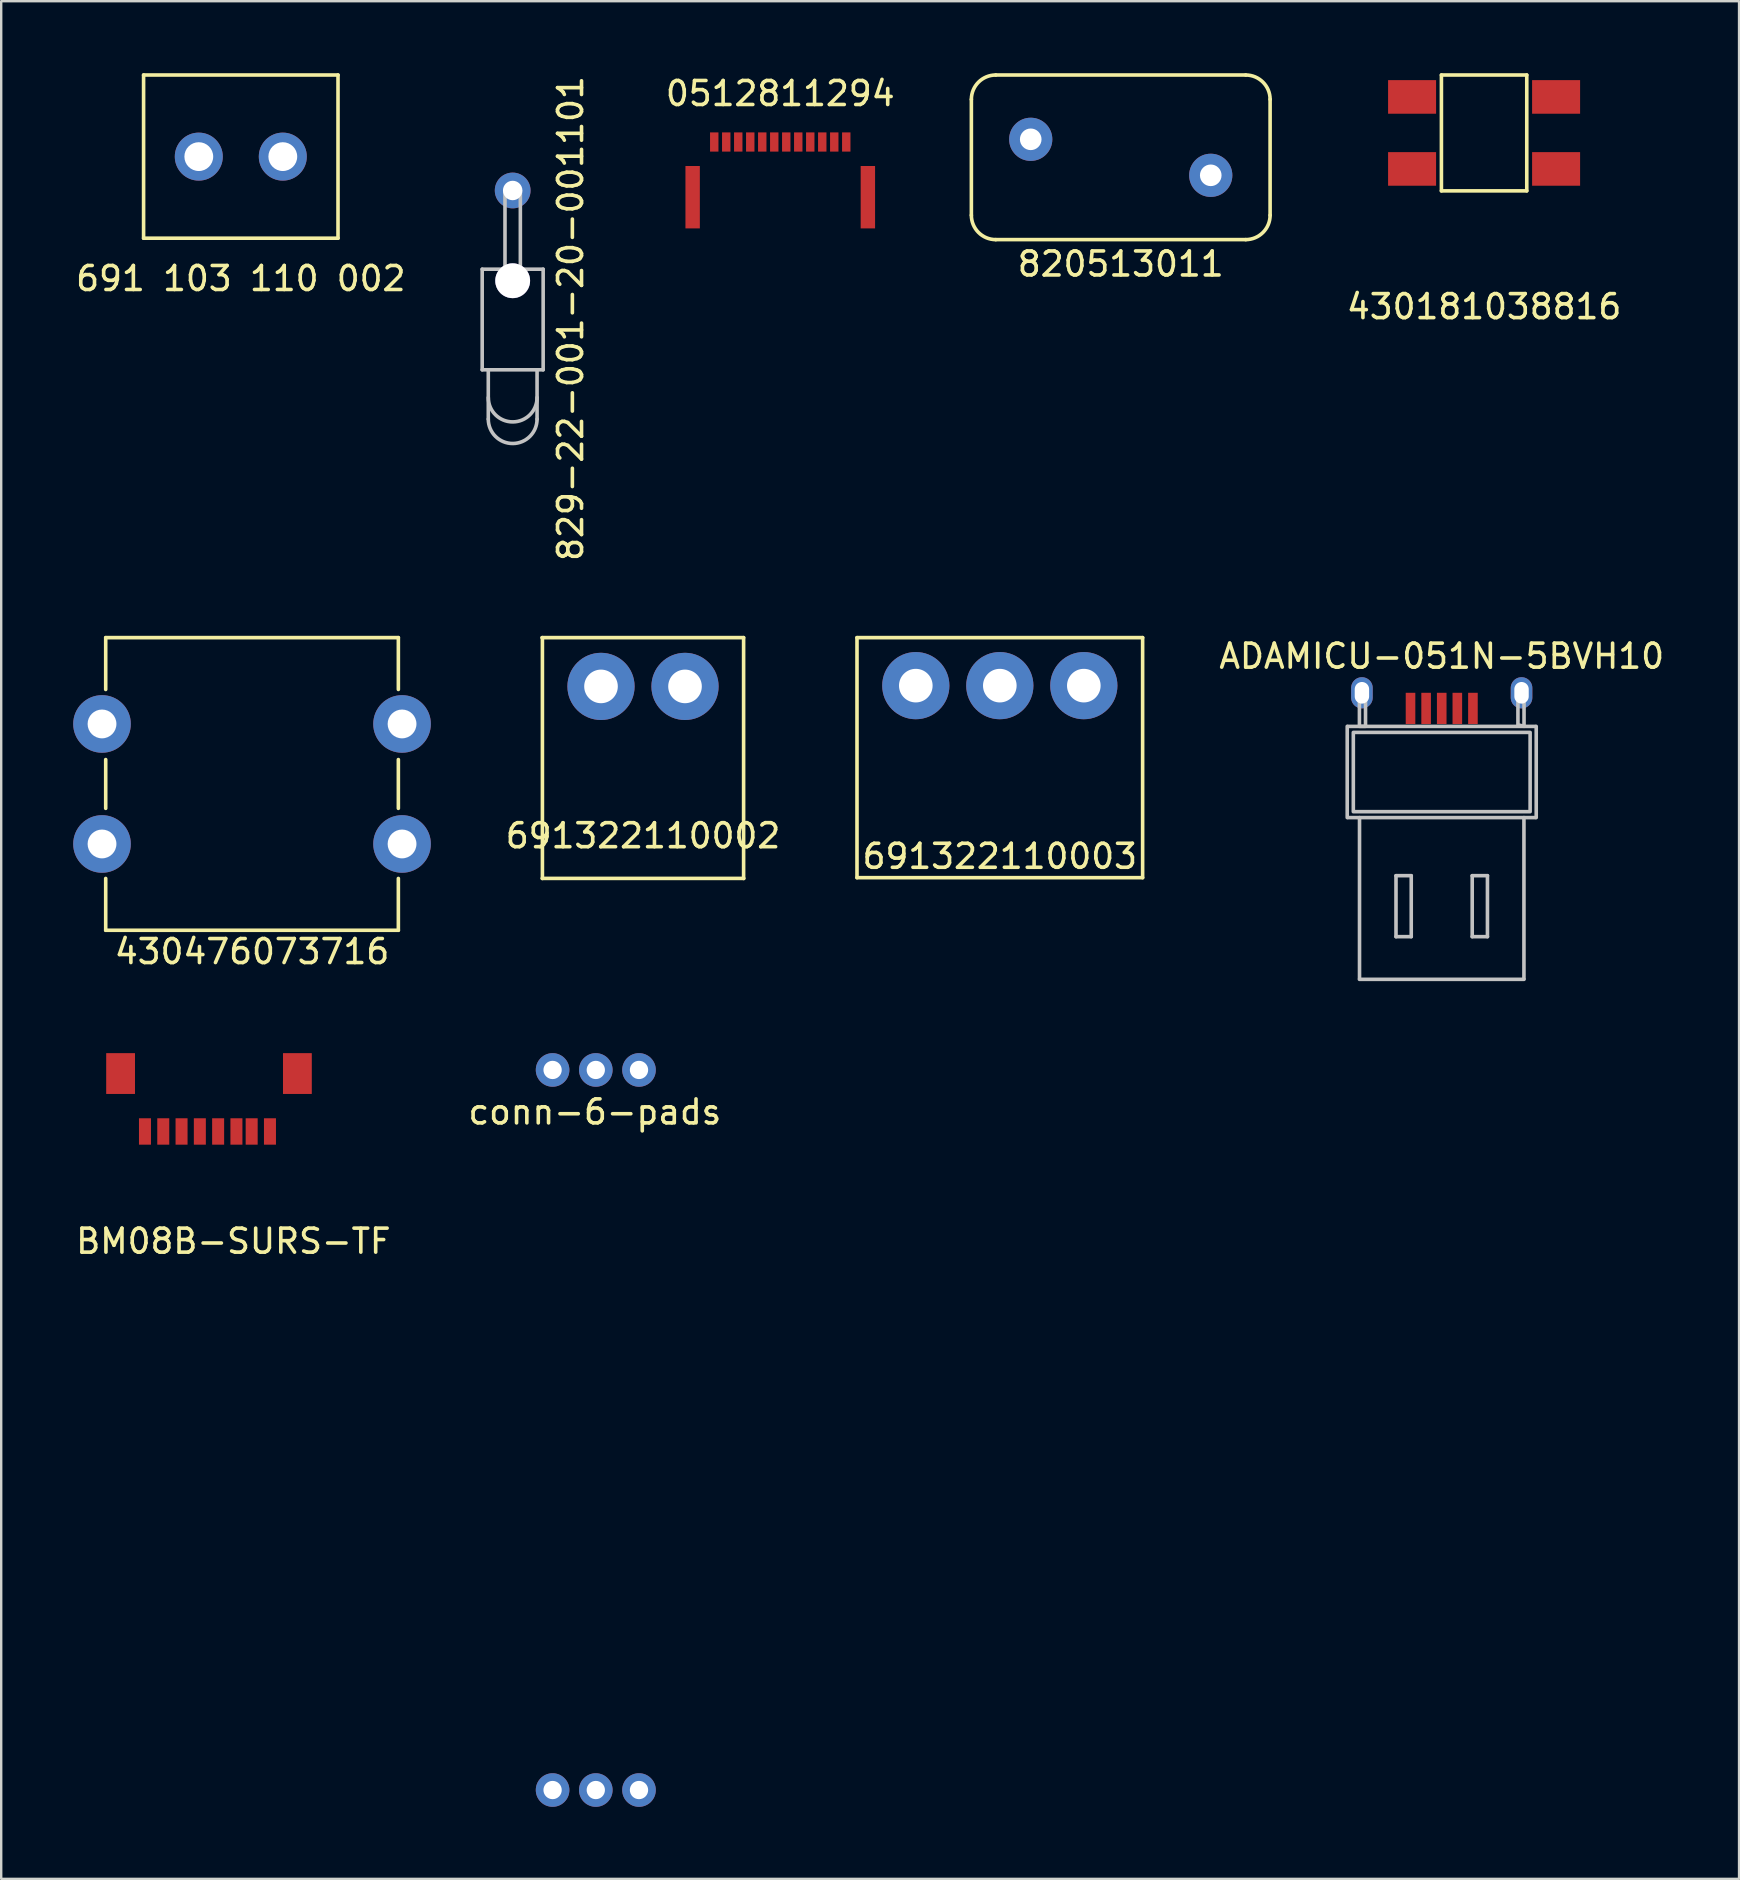
<source format=kicad_pcb>
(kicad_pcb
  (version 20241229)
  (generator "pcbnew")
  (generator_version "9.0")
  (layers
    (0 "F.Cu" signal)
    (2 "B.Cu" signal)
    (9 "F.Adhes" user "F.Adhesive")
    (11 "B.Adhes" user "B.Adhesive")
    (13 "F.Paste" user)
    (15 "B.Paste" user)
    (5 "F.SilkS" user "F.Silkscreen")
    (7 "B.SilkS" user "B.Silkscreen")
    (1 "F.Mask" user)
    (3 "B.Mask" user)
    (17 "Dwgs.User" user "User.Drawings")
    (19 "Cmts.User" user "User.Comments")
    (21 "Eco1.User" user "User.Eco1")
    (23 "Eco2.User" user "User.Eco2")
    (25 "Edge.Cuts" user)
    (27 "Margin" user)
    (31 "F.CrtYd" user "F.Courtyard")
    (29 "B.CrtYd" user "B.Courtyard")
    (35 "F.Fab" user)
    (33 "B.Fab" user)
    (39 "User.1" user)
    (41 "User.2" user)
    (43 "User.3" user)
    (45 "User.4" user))
  (footprint "BM08B-SURS-TF"
    (layer "F.Cu")
    (at 6.673 42.311)
    (property "Reference" "BM08B-SURS-TF" (at 0 6.35 0) (layer "F.SilkS") (effects (font (size 1 1) (thickness 0.15))))
    (attr through_hole)
    (pad "1" smd rect (at -4.699 -0.635) (size 1.2 1.7) (layers "F.Cu" "F.Mask" "F.Paste"))
    (pad "1" smd rect (at -3.683 1.778) (size 0.5 1.1) (layers "F.Cu" "F.Mask" "F.Paste"))
    (pad "1" smd rect (at -2.921 1.778) (size 0.5 1.1) (layers "F.Cu" "F.Mask" "F.Paste"))
    (pad "1" smd rect (at -2.159 1.778) (size 0.5 1.1) (layers "F.Cu" "F.Mask" "F.Paste"))
    (pad "1" smd rect (at -1.397 1.778) (size 0.5 1.1) (layers "F.Cu" "F.Mask" "F.Paste"))
    (pad "1" smd rect (at -0.635 1.778) (size 0.5 1.1) (layers "F.Cu" "F.Mask" "F.Paste"))
    (pad "1" smd rect (at 0.127 1.778) (size 0.5 1.1) (layers "F.Cu" "F.Mask" "F.Paste"))
    (pad "1" smd rect (at 0.762 1.778) (size 0.5 1.1) (layers "F.Cu" "F.Mask" "F.Paste"))
    (pad "1" smd rect (at 1.524 1.778) (size 0.5 1.1) (layers "F.Cu" "F.Mask" "F.Paste"))
    (pad "1" smd rect (at 2.667 -0.635) (size 1.2 1.7) (layers "F.Cu" "F.Mask" "F.Paste")))
  (footprint "829-22-001-20-001101"
    (layer "F.Cu")
    (at 18.309 4.886)
    (property "Reference" "829-22-001-20-001101" (at 2.413 5.334 90) (layer "F.SilkS") (effects (font (size 1 1) (thickness 0.15))))
    (attr through_hole)
    (fp_line (start -1.27 3.28) (end -1.27 7.47) (stroke (width 0.15) (type solid)) (layer "Dwgs.User"))
    (fp_line (start -1.27 3.28) (end 1.27 3.28) (stroke (width 0.15) (type solid)) (layer "Dwgs.User"))
    (fp_line (start -1.016 9.525) (end -1.016 7.493) (stroke (width 0.15) (type solid)) (layer "Dwgs.User"))
    (fp_line (start -0.32 3.302) (end -0.32 0) (stroke (width 0.15) (type solid)) (layer "Dwgs.User"))
    (fp_line (start 0.32 3.302) (end 0.32 0) (stroke (width 0.15) (type solid)) (layer "Dwgs.User"))
    (fp_line (start 1.016 9.525) (end 1.016 7.493) (stroke (width 0.15) (type solid)) (layer "Dwgs.User"))
    (fp_line (start 1.27 3.28) (end 1.27 7.47) (stroke (width 0.15) (type solid)) (layer "Dwgs.User"))
    (fp_line (start 1.27 7.47) (end -1.27 7.47) (stroke (width 0.15) (type solid)) (layer "Dwgs.User"))
    (fp_arc (start 1.016 8.625) (mid 0 9.641) (end -1.016 8.625) (stroke (width 0.15) (type solid)) (layer "Dwgs.User"))
    (fp_arc (start 1.016 9.525) (mid 0 10.541) (end -1.016 9.525) (stroke (width 0.15) (type solid)) (layer "Dwgs.User"))
    (pad "" thru_hole circle (at 0 3.76) (size 1.45 1.45) (drill 1.45) (layers "*.Cu" "*.Mask"))
    (pad "1" thru_hole circle (at 0 0) (size 1.49 1.49) (drill 0.81) (layers "*.Cu" "*.Mask")))
  (footprint "ADAMICU-051N-5BVH10"
    (layer "F.Cu")
    (at 57.015 25.813)
    (property "Reference" "ADAMICU-051N-5BVH10" (at 0 -1.524 0) (layer "F.SilkS") (effects (font (size 1 1) (thickness 0.15))))
    (attr through_hole)
    (fp_line (start -3.937 1.397) (end -3.937 5.2) (stroke (width 0.15) (type solid)) (layer "Dwgs.User"))
    (fp_line (start -3.9 1.4) (end 3.9 1.4) (stroke (width 0.15) (type solid)) (layer "Dwgs.User"))
    (fp_line (start -3.9 5.2) (end 3.9 5.2) (stroke (width 0.15) (type solid)) (layer "Dwgs.User"))
    (fp_line (start -3.425 5.2) (end -3.425 11.9) (stroke (width 0.15) (type solid)) (layer "Dwgs.User"))
    (fp_line (start -1.905 7.62) (end -1.27 7.62) (stroke (width 0.15) (type solid)) (layer "Dwgs.User"))
    (fp_line (start -1.905 10.16) (end -1.905 7.62) (stroke (width 0.15) (type solid)) (layer "Dwgs.User"))
    (fp_line (start -1.27 7.62) (end -1.27 10.16) (stroke (width 0.15) (type solid)) (layer "Dwgs.User"))
    (fp_line (start -1.27 10.16) (end -1.905 10.16) (stroke (width 0.15) (type solid)) (layer "Dwgs.User"))
    (fp_line (start 1.27 7.62) (end 1.27 10.16) (stroke (width 0.15) (type solid)) (layer "Dwgs.User"))
    (fp_line (start 1.27 10.16) (end 1.905 10.16) (stroke (width 0.15) (type solid)) (layer "Dwgs.User"))
    (fp_line (start 1.905 7.62) (end 1.27 7.62) (stroke (width 0.15) (type solid)) (layer "Dwgs.User"))
    (fp_line (start 1.905 10.16) (end 1.905 7.62) (stroke (width 0.15) (type solid)) (layer "Dwgs.User"))
    (fp_line (start 3.425 11.9) (end 3.425 5.2) (stroke (width 0.15) (type solid)) (layer "Dwgs.User"))
    (fp_line (start 3.429 11.938) (end -3.429 11.938) (stroke (width 0.15) (type solid)) (layer "Dwgs.User"))
    (fp_line (start 3.937 5.2) (end 3.937 1.4) (stroke (width 0.15) (type solid)) (layer "Dwgs.User"))
    (fp_poly (pts (xy -3.429 1.397) (xy -3.429 0) (xy -3.175 0) (xy -3.175 1.397)) (stroke (width 0.15) (type solid)) (fill no) (layer "Dwgs.User"))
    (fp_poly (pts (xy 3.175 -0.064) (xy 3.175 1.333) (xy 3.429 1.397) (xy 3.429 0)) (stroke (width 0.15) (type solid)) (fill no) (layer "Dwgs.User"))
    (fp_poly (pts (xy 3.683 1.651) (xy -3.683 1.651) (xy -3.683 4.953) (xy 3.683 4.953)) (stroke (width 0.15) (type solid)) (fill no) (layer "Dwgs.User"))
    (pad "1" smd rect (at 1.3 0.65) (size 0.4 1.3) (layers "F.Cu" "F.Mask" "F.Paste"))
    (pad "2" smd rect (at 0.65 0.65) (size 0.4 1.3) (layers "F.Cu" "F.Mask" "F.Paste"))
    (pad "3" smd rect (at 0 0.65) (size 0.4 1.3) (layers "F.Cu" "F.Mask" "F.Paste"))
    (pad "4" smd rect (at -0.65 0.65) (size 0.4 1.3) (layers "F.Cu" "F.Mask" "F.Paste"))
    (pad "5" smd rect (at -1.3 0.65) (size 0.4 1.3) (layers "F.Cu" "F.Mask" "F.Paste"))
    (pad "6" thru_hole oval (at -3.325 0) (size 0.9 1.3) (drill oval 0.6 0.9) (layers "*.Cu" "*.Mask"))
    (pad "6" thru_hole oval (at 3.325 0) (size 0.9 1.3) (drill oval 0.6 0.9) (layers "*.Cu" "*.Mask")))
  (footprint "430476073716"
    (layer "F.Cu")
    (at 7.45 29.611)
    (property "Reference" "430476073716" (at 0 6.985 0) (layer "F.SilkS") (effects (font (size 1 1) (thickness 0.15))))
    (attr through_hole)
    (fp_line (start -6.096 -6.096) (end 6.096 -6.096) (stroke (width 0.15) (type solid)) (layer "F.SilkS"))
    (fp_line (start -6.096 -3.937) (end -6.096 -6.096) (stroke (width 0.15) (type solid)) (layer "F.SilkS"))
    (fp_line (start -6.096 1.016) (end -6.096 -1.016) (stroke (width 0.15) (type solid)) (layer "F.SilkS"))
    (fp_line (start -6.096 6.096) (end -6.096 3.937) (stroke (width 0.15) (type solid)) (layer "F.SilkS"))
    (fp_line (start 6.096 -6.096) (end 6.096 -3.937) (stroke (width 0.15) (type solid)) (layer "F.SilkS"))
    (fp_line (start 6.096 -1.016) (end 6.096 1.016) (stroke (width 0.15) (type solid)) (layer "F.SilkS"))
    (fp_line (start 6.096 6.096) (end -6.096 6.096) (stroke (width 0.15) (type solid)) (layer "F.SilkS"))
    (fp_line (start 6.096 6.096) (end 6.096 3.937) (stroke (width 0.15) (type solid)) (layer "F.SilkS"))
    (pad "1" thru_hole circle (at -6.25 -2.5) (size 2.4 2.4) (drill 1.2) (layers "*.Cu" "*.Mask"))
    (pad "2" thru_hole circle (at 6.25 -2.5) (size 2.4 2.4) (drill 1.2) (layers "*.Cu" "*.Mask"))
    (pad "3" thru_hole circle (at -6.25 2.5) (size 2.4 2.4) (drill 1.2) (layers "*.Cu" "*.Mask"))
    (pad "4" thru_hole circle (at 6.25 2.5) (size 2.4 2.4) (drill 1.2) (layers "*.Cu" "*.Mask")))
  (footprint "430181038816"
    (layer "F.Cu")
    (at 58.78 2.488)
    (property "Reference" "430181038816" (at 0 7.239 0) (layer "F.SilkS") (effects (font (size 1 1) (thickness 0.15))))
    (attr through_hole)
    (fp_line (start -1.778 -2.413) (end -1.778 2.413) (stroke (width 0.15) (type solid)) (layer "F.SilkS"))
    (fp_line (start -1.778 2.413) (end 1.778 2.413) (stroke (width 0.15) (type solid)) (layer "F.SilkS"))
    (fp_line (start 1.778 -2.413) (end -1.778 -2.413) (stroke (width 0.15) (type solid)) (layer "F.SilkS"))
    (fp_line (start 1.778 2.413) (end 1.778 -2.413) (stroke (width 0.15) (type solid)) (layer "F.SilkS"))
    (pad "1" smd rect (at -3 -1.5) (size 2 1.4) (layers "F.Cu" "F.Mask" "F.Paste"))
    (pad "2" smd rect (at 3 -1.5) (size 2 1.4) (layers "F.Cu" "F.Mask" "F.Paste"))
    (pad "3" smd rect (at -3 1.5) (size 2 1.4) (layers "F.Cu" "F.Mask" "F.Paste"))
    (pad "4" smd rect (at 3 1.5) (size 2 1.4) (layers "F.Cu" "F.Mask" "F.Paste")))
  (footprint "691 103 110 002"
    (layer "F.Cu")
    (at 6.982 3.475)
    (property "Reference" "691 103 110 002" (at 0 5.08 0) (layer "F.SilkS") (effects (font (size 1 1) (thickness 0.15))))
    (attr through_hole)
    (fp_line (start -4.05 -3.4) (end -4.05 3.4) (stroke (width 0.15) (type solid)) (layer "F.SilkS"))
    (fp_line (start -4.05 3.4) (end 4.05 3.4) (stroke (width 0.15) (type solid)) (layer "F.SilkS"))
    (fp_line (start 4.05 -3.4) (end -4.05 -3.4) (stroke (width 0.15) (type solid)) (layer "F.SilkS"))
    (fp_line (start 4.05 -3.4) (end 4.05 3.4) (stroke (width 0.15) (type solid)) (layer "F.SilkS"))
    (pad "1" thru_hole circle (at -1.75 0) (size 2 2) (drill 1.2) (layers "*.Cu" "*.Mask"))
    (pad "2" thru_hole circle (at 1.75 0) (size 2 2) (drill 1.2) (layers "*.Cu" "*.Mask")))
  (footprint "0512811294"
    (layer "F.Cu")
    (at 29.457 5.166)
    (property "Reference" "0512811294" (at 0 -4.318 0) (layer "F.SilkS") (effects (font (size 1 1) (thickness 0.15))))
    (attr through_hole)
    (pad "" smd rect (at -3.65 0) (size 0.6 2.6) (layers "F.Cu" "F.Mask" "F.Paste"))
    (pad "" smd rect (at 3.65 0) (size 0.6 2.6) (layers "F.Cu" "F.Mask" "F.Paste"))
    (pad "1" smd rect (at -2.75 -2.3) (size 0.35 0.8) (layers "F.Cu" "F.Mask" "F.Paste"))
    (pad "2" smd rect (at -2.25 -2.3) (size 0.35 0.8) (layers "F.Cu" "F.Mask" "F.Paste"))
    (pad "3" smd rect (at -1.75 -2.3) (size 0.35 0.8) (layers "F.Cu" "F.Mask" "F.Paste"))
    (pad "4" smd rect (at -1.25 -2.3) (size 0.35 0.8) (layers "F.Cu" "F.Mask" "F.Paste"))
    (pad "5" smd rect (at -0.75 -2.3) (size 0.35 0.8) (layers "F.Cu" "F.Mask" "F.Paste"))
    (pad "6" smd rect (at -0.25 -2.3) (size 0.35 0.8) (layers "F.Cu" "F.Mask" "F.Paste"))
    (pad "7" smd rect (at 0.25 -2.3) (size 0.35 0.8) (layers "F.Cu" "F.Mask" "F.Paste"))
    (pad "8" smd rect (at 0.75 -2.3) (size 0.35 0.8) (layers "F.Cu" "F.Mask" "F.Paste"))
    (pad "9" smd rect (at 1.25 -2.3) (size 0.35 0.8) (layers "F.Cu" "F.Mask" "F.Paste"))
    (pad "10" smd rect (at 1.75 -2.3) (size 0.35 0.8) (layers "F.Cu" "F.Mask" "F.Paste"))
    (pad "11" smd rect (at 2.25 -2.3) (size 0.35 0.8) (layers "F.Cu" "F.Mask" "F.Paste"))
    (pad "12" smd rect (at 2.75 -2.3) (size 0.35 0.8) (layers "F.Cu" "F.Mask" "F.Paste")))
  (footprint "691322110002"
    (layer "F.Cu")
    (at 23.739 25.547)
    (property "Reference" "691322110002" (at 0 6.223 0) (layer "F.SilkS") (effects (font (size 1 1) (thickness 0.15))))
    (attr through_hole)
    (fp_line (start -4.209 -2.032) (end 4.191 -2.032) (stroke (width 0.15) (type solid)) (layer "F.SilkS"))
    (fp_line (start -4.2 8) (end 4.2 8) (stroke (width 0.15) (type solid)) (layer "F.SilkS"))
    (fp_line (start -4.191 -2.032) (end -4.191 8.001) (stroke (width 0.15) (type solid)) (layer "F.SilkS"))
    (fp_line (start 4.191 -2.032) (end 4.191 8.001) (stroke (width 0.15) (type solid)) (layer "F.SilkS"))
    (pad "1" thru_hole circle (at -1.75 0) (size 2.8 2.8) (drill 1.4) (layers "*.Cu" "*.Mask"))
    (pad "2" thru_hole circle (at 1.75 0) (size 2.8 2.8) (drill 1.4) (layers "*.Cu" "*.Mask")))
  (footprint "820513011"
    (layer "F.Cu")
    (at 43.642 3.504)
    (property "Reference" "820513011" (at 0 4.445 0) (layer "F.SilkS") (effects (font (size 1 1) (thickness 0.15))))
    (attr through_hole)
    (fp_line (start -6.223 2.413) (end -6.223 -2.413) (stroke (width 0.15) (type solid)) (layer "F.SilkS"))
    (fp_line (start -5.207 -3.429) (end 5.207 -3.429) (stroke (width 0.15) (type solid)) (layer "F.SilkS"))
    (fp_line (start 5.207 3.429) (end -5.207 3.429) (stroke (width 0.15) (type solid)) (layer "F.SilkS"))
    (fp_line (start 6.223 -2.413) (end 6.223 2.413) (stroke (width 0.15) (type solid)) (layer "F.SilkS"))
    (fp_arc (start -6.223 -2.413) (mid -5.92542 -3.13142) (end -5.207 -3.429) (stroke (width 0.15) (type solid)) (layer "F.SilkS"))
    (fp_arc (start -5.207 3.429) (mid -5.92542 3.13142) (end -6.223 2.413) (stroke (width 0.15) (type solid)) (layer "F.SilkS"))
    (fp_arc (start 5.207 -3.429) (mid 5.92542 -3.13142) (end 6.223 -2.413) (stroke (width 0.15) (type solid)) (layer "F.SilkS"))
    (fp_arc (start 6.223 2.413) (mid 5.92542 3.13142) (end 5.207 3.429) (stroke (width 0.15) (type solid)) (layer "F.SilkS"))
    (pad "1" thru_hole circle (at -3.75 -0.75) (size 1.8 1.8) (drill 0.9) (layers "*.Cu" "*.Mask"))
    (pad "2" thru_hole circle (at 3.75 0.75) (size 1.8 1.8) (drill 0.9) (layers "*.Cu" "*.Mask")))
  (footprint "conn-6-pads"
    (layer "F.Cu")
    (at 21.772 56.526)
    (property "Reference" "conn-6-pads" (at -0.04 -13.25 0) (layer "F.SilkS") (effects (font (size 1 1) (thickness 0.15))))
    (attr through_hole)
    (pad "1" thru_hole circle (at -1.8 -15) (size 1.4 1.4) (drill 0.762) (layers "*.Cu" "*.Mask"))
    (pad "2" thru_hole circle (at -1.8 15) (size 1.4 1.4) (drill 0.762) (layers "*.Cu" "*.Mask"))
    (pad "3" thru_hole circle (at 0 -15) (size 1.4 1.4) (drill 0.762) (layers "*.Cu" "*.Mask"))
    (pad "4" thru_hole circle (at 0 15) (size 1.4 1.4) (drill 0.762) (layers "*.Cu" "*.Mask"))
    (pad "5" thru_hole circle (at 1.8 -15) (size 1.4 1.4) (drill 0.762) (layers "*.Cu" "*.Mask"))
    (pad "6" thru_hole circle (at 1.8 15) (size 1.4 1.4) (drill 0.762) (layers "*.Cu" "*.Mask")))
  (footprint "691322110003"
    (layer "F.Cu")
    (at 38.604 25.515)
    (property "Reference" "691322110003" (at 0 7.112 0) (layer "F.SilkS") (effects (font (size 1 1) (thickness 0.15))))
    (attr through_hole)
    (fp_line (start -5.95 -2) (end -5.95 8) (stroke (width 0.15) (type solid)) (layer "F.SilkS"))
    (fp_line (start -5.95 -2) (end 5.95 -2) (stroke (width 0.15) (type solid)) (layer "F.SilkS"))
    (fp_line (start -5.95 8) (end 5.95 8) (stroke (width 0.15) (type solid)) (layer "F.SilkS"))
    (fp_line (start 5.95 -2) (end 5.95 8) (stroke (width 0.15) (type solid)) (layer "F.SilkS"))
    (pad "1" thru_hole circle (at -3.5 0) (size 2.8 2.8) (drill 1.4) (layers "*.Cu" "*.Mask"))
    (pad "2" thru_hole circle (at 0 0) (size 2.8 2.8) (drill 1.4) (layers "*.Cu" "*.Mask"))
    (pad "3" thru_hole circle (at 3.5 0) (size 2.8 2.8) (drill 1.4) (layers "*.Cu" "*.Mask")))
  (gr_rect
    (start -3 -3)
    (end 69.402 75.226)
    (stroke (width 0.1) (type default))
    (fill no)
    (layer "Edge.Cuts")))
</source>
